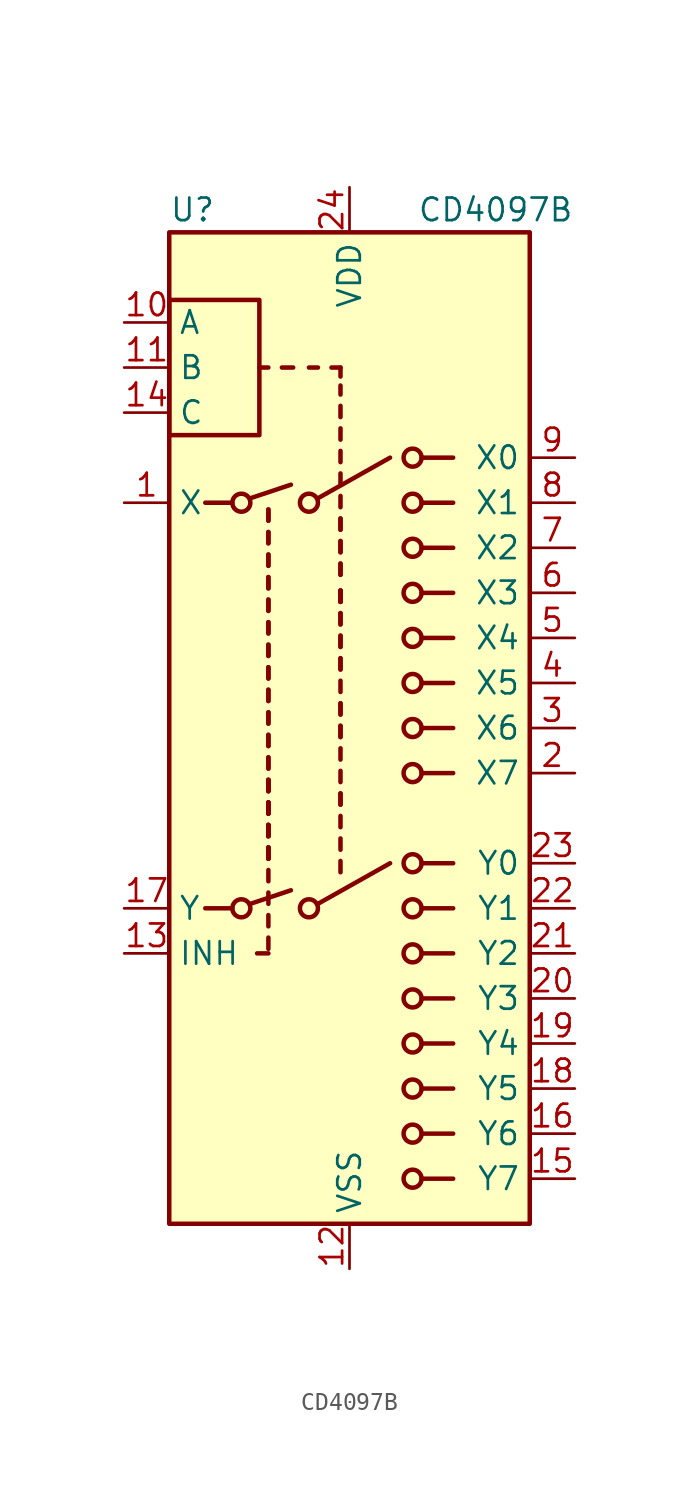
<source format=kicad_sym>
(kicad_symbol_lib
  (version 20200908)
  (generator kicad_symbol_editor)
  (symbol "Analog_Switch:CD4097B"
    (property "Reference" "U"
      (at -10.16 29.21 0)
      (effects (font (size 1.27 1.27)) (justify left)))
    (property "Value" "CD4097B"
      (at 3.81 29.21 0)
      (effects (font (size 1.27 1.27)) (justify left)))
    (symbol "CD4097B_0_1"
      (circle (center -6.096 -10.16) (radius 0.508) (stroke (width 0.254)) (fill (type none)))
      (circle (center -6.096 12.7) (radius 0.508) (stroke (width 0.254)) (fill (type none)))
      (circle (center -2.286 -10.16) (radius 0.508) (stroke (width 0.254)) (fill (type none)))
      (circle (center -2.286 12.7) (radius 0.508) (stroke (width 0.254)) (fill (type none)))
      (circle (center 3.556 -25.4) (radius 0.508) (stroke (width 0.254)) (fill (type none)))
      (circle (center 3.556 -15.24) (radius 0.508) (stroke (width 0.254)) (fill (type none)))
      (circle (center 3.556 -12.7) (radius 0.508) (stroke (width 0.254)) (fill (type none)))
      (circle (center 3.556 -10.16) (radius 0.508) (stroke (width 0.254)) (fill (type none)))
      (circle (center 3.556 -7.62) (radius 0.508) (stroke (width 0.254)) (fill (type none)))
      (circle (center 3.556 7.62) (radius 0.508) (stroke (width 0.254)) (fill (type none)))
      (circle (center 3.556 10.16) (radius 0.508) (stroke (width 0.254)) (fill (type none)))
      (circle (center 3.556 12.7) (radius 0.508) (stroke (width 0.254)) (fill (type none)))
      (circle (center 3.556 15.24) (radius 0.508) (stroke (width 0.254)) (fill (type none)))
      (rectangle (start -10.16 24.13) (end -5.08 16.51) (stroke (width 0.254)) (fill (type none)))
      (rectangle (start -10.16 27.94) (end 10.16 -27.94) (stroke (width 0.254)) (fill (type background)))
      (polyline (pts (xy -8.128 -10.16) (xy -6.604 -10.16)) (stroke (width 0.254)) (fill (type none)))
      (polyline (pts (xy -8.128 12.7) (xy -6.604 12.7)) (stroke (width 0.254)) (fill (type none)))
      (polyline (pts (xy -5.588 -9.906) (xy -3.302 -9.144)) (stroke (width 0.254)) (fill (type none)))
      (polyline (pts (xy -5.588 12.954) (xy -3.302 13.716)) (stroke (width 0.254)) (fill (type none)))
      (polyline (pts (xy -4.572 -12.7) (xy -5.207 -12.7)) (stroke (width 0.254)) (fill (type none)))
      (polyline (pts (xy -4.572 -12.446) (xy -4.572 -11.811)) (stroke (width 0.254)) (fill (type none)))
      (polyline (pts (xy -4.572 -11.176) (xy -4.572 -10.541)) (stroke (width 0.254)) (fill (type none)))
      (polyline (pts (xy -4.572 -7.366) (xy -4.572 -6.731)) (stroke (width 0.254)) (fill (type none)))
      (polyline (pts (xy -4.572 -7.366) (xy -4.572 -6.731)) (stroke (width 0.254)) (fill (type none)))
      (polyline (pts (xy -4.572 -7.366) (xy -4.572 -6.731)) (stroke (width 0.254)) (fill (type none)))
      (polyline (pts (xy -4.572 -7.366) (xy -4.572 -6.731)) (stroke (width 0.254)) (fill (type none)))
      (polyline (pts (xy -4.572 -6.096) (xy -4.572 -5.461)) (stroke (width 0.254)) (fill (type none)))
      (polyline (pts (xy -4.572 -6.096) (xy -4.572 -5.461)) (stroke (width 0.254)) (fill (type none)))
      (polyline (pts (xy -4.572 -6.096) (xy -4.572 -5.461)) (stroke (width 0.254)) (fill (type none)))
      (polyline (pts (xy -4.572 -6.096) (xy -4.572 -5.461)) (stroke (width 0.254)) (fill (type none)))
      (polyline (pts (xy -4.572 -4.826) (xy -4.572 -4.191)) (stroke (width 0.254)) (fill (type none)))
      (polyline (pts (xy -4.572 -4.826) (xy -4.572 -4.191)) (stroke (width 0.254)) (fill (type none)))
      (polyline (pts (xy -4.572 -4.826) (xy -4.572 -4.191)) (stroke (width 0.254)) (fill (type none)))
      (polyline (pts (xy -4.572 -4.826) (xy -4.572 -4.191)) (stroke (width 0.254)) (fill (type none)))
      (polyline (pts (xy -4.572 -3.556) (xy -4.572 -2.921)) (stroke (width 0.254)) (fill (type none)))
      (polyline (pts (xy -4.572 -3.556) (xy -4.572 -2.921)) (stroke (width 0.254)) (fill (type none)))
      (polyline (pts (xy -4.572 -3.556) (xy -4.572 -2.921)) (stroke (width 0.254)) (fill (type none)))
      (polyline (pts (xy -4.572 -3.556) (xy -4.572 -2.921)) (stroke (width 0.254)) (fill (type none)))
      (polyline (pts (xy -4.572 -2.286) (xy -4.572 -1.651)) (stroke (width 0.254)) (fill (type none)))
      (polyline (pts (xy -4.572 -2.286) (xy -4.572 -1.651)) (stroke (width 0.254)) (fill (type none)))
      (polyline (pts (xy -4.572 -1.016) (xy -4.572 -0.381)) (stroke (width 0.254)) (fill (type none)))
      (polyline (pts (xy -4.572 -1.016) (xy -4.572 -0.381)) (stroke (width 0.254)) (fill (type none)))
      (polyline (pts (xy -4.572 0.254) (xy -4.572 0.889)) (stroke (width 0.254)) (fill (type none)))
      (polyline (pts (xy -4.572 0.254) (xy -4.572 0.889)) (stroke (width 0.254)) (fill (type none)))
      (polyline (pts (xy -4.572 1.524) (xy -4.572 2.159)) (stroke (width 0.254)) (fill (type none)))
      (polyline (pts (xy -4.572 1.524) (xy -4.572 2.159)) (stroke (width 0.254)) (fill (type none)))
      (polyline (pts (xy -4.572 2.794) (xy -4.572 3.429)) (stroke (width 0.254)) (fill (type none)))
      (polyline (pts (xy -4.572 2.794) (xy -4.572 3.429)) (stroke (width 0.254)) (fill (type none)))
      (polyline (pts (xy -4.572 4.064) (xy -4.572 4.699)) (stroke (width 0.254)) (fill (type none)))
      (polyline (pts (xy -4.572 4.064) (xy -4.572 4.699)) (stroke (width 0.254)) (fill (type none)))
      (polyline (pts (xy -4.572 5.334) (xy -4.572 5.969)) (stroke (width 0.254)) (fill (type none)))
      (polyline (pts (xy -4.572 5.334) (xy -4.572 5.969)) (stroke (width 0.254)) (fill (type none)))
      (polyline (pts (xy -4.572 6.604) (xy -4.572 7.239)) (stroke (width 0.254)) (fill (type none)))
      (polyline (pts (xy -4.572 6.604) (xy -4.572 7.239)) (stroke (width 0.254)) (fill (type none)))
      (polyline (pts (xy -4.572 7.874) (xy -4.572 8.509)) (stroke (width 0.254)) (fill (type none)))
      (polyline (pts (xy -4.572 7.874) (xy -4.572 8.509)) (stroke (width 0.254)) (fill (type none)))
      (polyline (pts (xy -4.572 9.144) (xy -4.572 9.779)) (stroke (width 0.254)) (fill (type none)))
      (polyline (pts (xy -4.572 9.144) (xy -4.572 9.779)) (stroke (width 0.254)) (fill (type none)))
      (polyline (pts (xy -4.572 10.414) (xy -4.572 11.049)) (stroke (width 0.254)) (fill (type none)))
      (polyline (pts (xy -4.572 10.414) (xy -4.572 11.049)) (stroke (width 0.254)) (fill (type none)))
      (polyline (pts (xy -4.572 11.684) (xy -4.572 12.319)) (stroke (width 0.254)) (fill (type none)))
      (polyline (pts (xy -4.572 11.684) (xy -4.572 12.319)) (stroke (width 0.254)) (fill (type none)))
      (polyline (pts (xy -4.572 20.32) (xy -5.08 20.32)) (stroke (width 0.254)) (fill (type none)))
      (polyline (pts (xy -3.81 20.32) (xy -3.175 20.32)) (stroke (width 0.254)) (fill (type none)))
      (polyline (pts (xy -1.778 -9.906) (xy 2.286 -7.62)) (stroke (width 0.254)) (fill (type none)))
      (polyline (pts (xy -1.778 12.954) (xy 2.286 15.24)) (stroke (width 0.254)) (fill (type none)))
      (polyline (pts (xy -1.778 20.32) (xy -2.286 20.32)) (stroke (width 0.254)) (fill (type none)))
      (polyline (pts (xy -0.508 -4.318) (xy -0.508 -3.683)) (stroke (width 0.254)) (fill (type none)))
      (polyline (pts (xy -0.508 -4.318) (xy -0.508 -3.683)) (stroke (width 0.254)) (fill (type none)))
      (polyline (pts (xy -0.508 -3.048) (xy -0.508 -2.413)) (stroke (width 0.254)) (fill (type none)))
      (polyline (pts (xy -0.508 -1.778) (xy -0.508 -1.143)) (stroke (width 0.254)) (fill (type none)))
      (polyline (pts (xy -0.508 -0.508) (xy -0.508 0.127)) (stroke (width 0.254)) (fill (type none)))
      (polyline (pts (xy -0.508 -0.508) (xy -0.508 0.127)) (stroke (width 0.254)) (fill (type none)))
      (polyline (pts (xy -0.508 0.762) (xy -0.508 1.397)) (stroke (width 0.254)) (fill (type none)))
      (polyline (pts (xy -0.508 0.762) (xy -0.508 1.397)) (stroke (width 0.254)) (fill (type none)))
      (polyline (pts (xy -0.508 2.032) (xy -0.508 2.667)) (stroke (width 0.254)) (fill (type none)))
      (polyline (pts (xy -0.508 3.302) (xy -0.508 3.937)) (stroke (width 0.254)) (fill (type none)))
      (polyline (pts (xy -0.508 3.302) (xy -0.508 3.937)) (stroke (width 0.254)) (fill (type none)))
      (polyline (pts (xy -0.508 4.572) (xy -0.508 5.207)) (stroke (width 0.254)) (fill (type none)))
      (polyline (pts (xy -0.508 4.572) (xy -0.508 5.207)) (stroke (width 0.254)) (fill (type none)))
      (polyline (pts (xy -0.508 5.842) (xy -0.508 6.477)) (stroke (width 0.254)) (fill (type none)))
      (polyline (pts (xy -0.508 5.842) (xy -0.508 6.477)) (stroke (width 0.254)) (fill (type none)))
      (polyline (pts (xy -0.508 7.112) (xy -0.508 7.747)) (stroke (width 0.254)) (fill (type none)))
      (polyline (pts (xy -0.508 7.112) (xy -0.508 7.747)) (stroke (width 0.254)) (fill (type none)))
      (polyline (pts (xy -0.508 7.112) (xy -0.508 7.747)) (stroke (width 0.254)) (fill (type none)))
      (polyline (pts (xy -0.508 7.112) (xy -0.508 7.747)) (stroke (width 0.254)) (fill (type none)))
      (polyline (pts (xy -0.508 8.636) (xy -0.508 9.271)) (stroke (width 0.254)) (fill (type none)))
      (polyline (pts (xy -0.508 8.636) (xy -0.508 9.271)) (stroke (width 0.254)) (fill (type none)))
      (polyline (pts (xy -0.508 9.906) (xy -0.508 10.541)) (stroke (width 0.254)) (fill (type none)))
      (polyline (pts (xy -0.508 9.906) (xy -0.508 10.541)) (stroke (width 0.254)) (fill (type none)))
      (polyline (pts (xy -0.508 11.176) (xy -0.508 11.811)) (stroke (width 0.254)) (fill (type none)))
      (polyline (pts (xy -0.508 11.176) (xy -0.508 11.811)) (stroke (width 0.254)) (fill (type none)))
      (polyline (pts (xy -0.508 12.446) (xy -0.508 13.081)) (stroke (width 0.254)) (fill (type none)))
      (polyline (pts (xy -0.508 13.716) (xy -0.508 14.351)) (stroke (width 0.254)) (fill (type none)))
      (polyline (pts (xy -0.508 18.796) (xy -0.508 19.304)) (stroke (width 0.254)) (fill (type none)))
      (polyline (pts (xy -0.508 19.812) (xy -0.508 20.32)) (stroke (width 0.254)) (fill (type none)))
      (polyline (pts (xy -0.508 20.32) (xy -1.016 20.32)) (stroke (width 0.254)) (fill (type none)))
      (polyline (pts (xy 4.064 -25.4) (xy 5.842 -25.4)) (stroke (width 0.254)) (fill (type none)))
      (polyline (pts (xy 4.064 -15.24) (xy 5.842 -15.24)) (stroke (width 0.254)) (fill (type none)))
      (polyline (pts (xy 4.064 -12.7) (xy 5.842 -12.7)) (stroke (width 0.254)) (fill (type none)))
      (polyline (pts (xy 4.064 -10.16) (xy 5.842 -10.16)) (stroke (width 0.254)) (fill (type none)))
      (polyline (pts (xy 4.064 -7.62) (xy 5.842 -7.62)) (stroke (width 0.254)) (fill (type none)))
      (polyline (pts (xy 4.064 7.62) (xy 5.842 7.62)) (stroke (width 0.254)) (fill (type none)))
      (polyline (pts (xy 4.064 10.16) (xy 5.842 10.16)) (stroke (width 0.254)) (fill (type none)))
      (polyline (pts (xy 4.064 12.7) (xy 5.842 12.7)) (stroke (width 0.254)) (fill (type none)))
      (polyline (pts (xy 4.064 15.24) (xy 5.842 15.24)) (stroke (width 0.254)) (fill (type none))))
    (symbol "CD4097B_1_1"
      (circle (center 3.556 -22.86) (radius 0.508) (stroke (width 0.254)) (fill (type none)))
      (circle (center 3.556 -20.32) (radius 0.508) (stroke (width 0.254)) (fill (type none)))
      (circle (center 3.556 -17.78) (radius 0.508) (stroke (width 0.254)) (fill (type none)))
      (circle (center 3.556 -2.54) (radius 0.508) (stroke (width 0.254)) (fill (type none)))
      (circle (center 3.556 0) (radius 0.508) (stroke (width 0.254)) (fill (type none)))
      (circle (center 3.556 2.54) (radius 0.508) (stroke (width 0.254)) (fill (type none)))
      (circle (center 3.556 5.08) (radius 0.508) (stroke (width 0.254)) (fill (type none)))
      (polyline (pts (xy -4.572 -9.906) (xy -4.572 -9.271)) (stroke (width 0.254)) (fill (type none)))
      (polyline (pts (xy -4.572 -8.636) (xy -4.572 -8.001)) (stroke (width 0.254)) (fill (type none)))
      (polyline (pts (xy -0.508 -8.128) (xy -0.508 -7.493)) (stroke (width 0.254)) (fill (type none)))
      (polyline (pts (xy -0.508 -6.858) (xy -0.508 -6.223)) (stroke (width 0.254)) (fill (type none)))
      (polyline (pts (xy -0.508 -5.588) (xy -0.508 -4.953)) (stroke (width 0.254)) (fill (type none)))
      (polyline (pts (xy -0.508 14.986) (xy -0.508 15.621)) (stroke (width 0.254)) (fill (type none)))
      (polyline (pts (xy -0.508 16.256) (xy -0.508 16.891)) (stroke (width 0.254)) (fill (type none)))
      (polyline (pts (xy -0.508 17.526) (xy -0.508 18.161)) (stroke (width 0.254)) (fill (type none)))
      (polyline (pts (xy 4.064 -22.86) (xy 5.842 -22.86)) (stroke (width 0.254)) (fill (type none)))
      (polyline (pts (xy 4.064 -20.32) (xy 5.842 -20.32)) (stroke (width 0.254)) (fill (type none)))
      (polyline (pts (xy 4.064 -17.78) (xy 5.842 -17.78)) (stroke (width 0.254)) (fill (type none)))
      (polyline (pts (xy 4.064 -2.54) (xy 5.842 -2.54)) (stroke (width 0.254)) (fill (type none)))
      (polyline (pts (xy 4.064 0) (xy 5.842 0)) (stroke (width 0.254)) (fill (type none)))
      (polyline (pts (xy 4.064 2.54) (xy 5.842 2.54)) (stroke (width 0.254)) (fill (type none)))
      (polyline (pts (xy 4.064 5.08) (xy 5.842 5.08)) (stroke (width 0.254)) (fill (type none)))
      (pin bidirectional line (at -12.7 12.7 0) (length 2.54) (name "X" (effects (font (size 1.27 1.27)))) (number "1" (effects (font (size 1.27 1.27)))))
      (pin input line (at -12.7 22.86 0) (length 2.54) (name "A" (effects (font (size 1.27 1.27)))) (number "10" (effects (font (size 1.27 1.27)))))
      (pin input line (at -12.7 20.32 0) (length 2.54) (name "B" (effects (font (size 1.27 1.27)))) (number "11" (effects (font (size 1.27 1.27)))))
      (pin power_in line (at 0 -30.48 90) (length 2.54) (name "VSS" (effects (font (size 1.27 1.27)))) (number "12" (effects (font (size 1.27 1.27)))))
      (pin input line (at -12.7 -12.7 0) (length 2.54) (name "INH" (effects (font (size 1.27 1.27)))) (number "13" (effects (font (size 1.27 1.27)))))
      (pin input line (at -12.7 17.78 0) (length 2.54) (name "C" (effects (font (size 1.27 1.27)))) (number "14" (effects (font (size 1.27 1.27)))))
      (pin bidirectional line (at 12.7 -25.4 180) (length 2.54) (name "Y7" (effects (font (size 1.27 1.27)))) (number "15" (effects (font (size 1.27 1.27)))))
      (pin bidirectional line (at 12.7 -22.86 180) (length 2.54) (name "Y6" (effects (font (size 1.27 1.27)))) (number "16" (effects (font (size 1.27 1.27)))))
      (pin bidirectional line (at -12.7 -10.16 0) (length 2.54) (name "Y" (effects (font (size 1.27 1.27)))) (number "17" (effects (font (size 1.27 1.27)))))
      (pin bidirectional line (at 12.7 -20.32 180) (length 2.54) (name "Y5" (effects (font (size 1.27 1.27)))) (number "18" (effects (font (size 1.27 1.27)))))
      (pin bidirectional line (at 12.7 -17.78 180) (length 2.54) (name "Y4" (effects (font (size 1.27 1.27)))) (number "19" (effects (font (size 1.27 1.27)))))
      (pin bidirectional line (at 12.7 -2.54 180) (length 2.54) (name "X7" (effects (font (size 1.27 1.27)))) (number "2" (effects (font (size 1.27 1.27)))))
      (pin bidirectional line (at 12.7 -15.24 180) (length 2.54) (name "Y3" (effects (font (size 1.27 1.27)))) (number "20" (effects (font (size 1.27 1.27)))))
      (pin bidirectional line (at 12.7 -12.7 180) (length 2.54) (name "Y2" (effects (font (size 1.27 1.27)))) (number "21" (effects (font (size 1.27 1.27)))))
      (pin bidirectional line (at 12.7 -10.16 180) (length 2.54) (name "Y1" (effects (font (size 1.27 1.27)))) (number "22" (effects (font (size 1.27 1.27)))))
      (pin bidirectional line (at 12.7 -7.62 180) (length 2.54) (name "Y0" (effects (font (size 1.27 1.27)))) (number "23" (effects (font (size 1.27 1.27)))))
      (pin power_in line (at 0 30.48 270) (length 2.54) (name "VDD" (effects (font (size 1.27 1.27)))) (number "24" (effects (font (size 1.27 1.27)))))
      (pin bidirectional line (at 12.7 0 180) (length 2.54) (name "X6" (effects (font (size 1.27 1.27)))) (number "3" (effects (font (size 1.27 1.27)))))
      (pin bidirectional line (at 12.7 2.54 180) (length 2.54) (name "X5" (effects (font (size 1.27 1.27)))) (number "4" (effects (font (size 1.27 1.27)))))
      (pin bidirectional line (at 12.7 5.08 180) (length 2.54) (name "X4" (effects (font (size 1.27 1.27)))) (number "5" (effects (font (size 1.27 1.27)))))
      (pin bidirectional line (at 12.7 7.62 180) (length 2.54) (name "X3" (effects (font (size 1.27 1.27)))) (number "6" (effects (font (size 1.27 1.27)))))
      (pin bidirectional line (at 12.7 10.16 180) (length 2.54) (name "X2" (effects (font (size 1.27 1.27)))) (number "7" (effects (font (size 1.27 1.27)))))
      (pin bidirectional line (at 12.7 12.7 180) (length 2.54) (name "X1" (effects (font (size 1.27 1.27)))) (number "8" (effects (font (size 1.27 1.27)))))
      (pin bidirectional line (at 12.7 15.24 180) (length 2.54) (name "X0" (effects (font (size 1.27 1.27)))) (number "9" (effects (font (size 1.27 1.27))))))))
</source>
